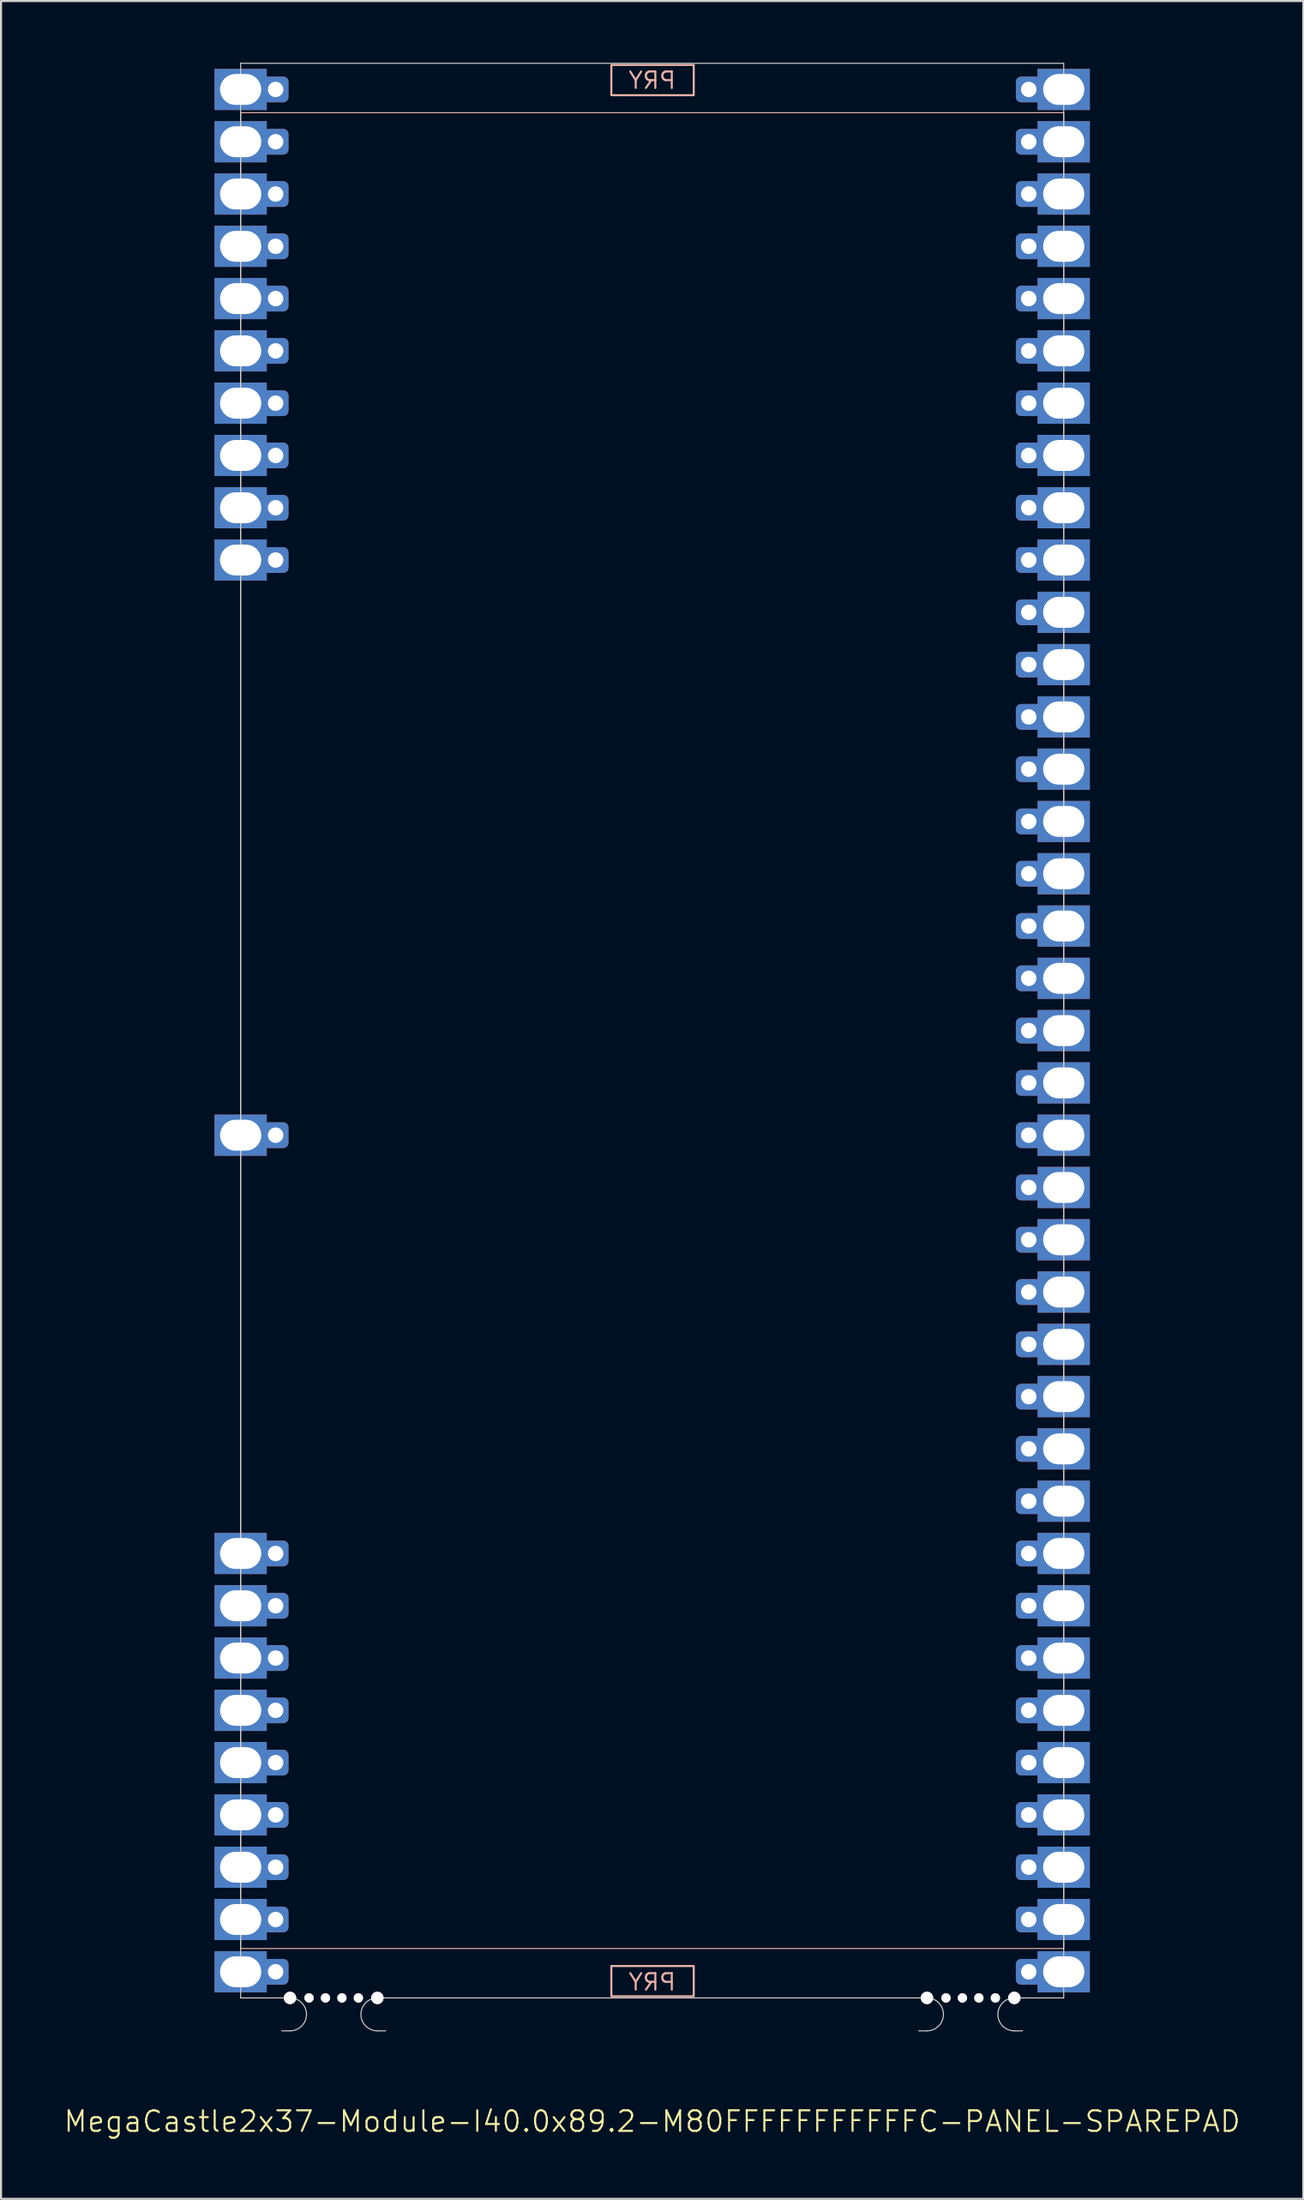
<source format=kicad_pcb>
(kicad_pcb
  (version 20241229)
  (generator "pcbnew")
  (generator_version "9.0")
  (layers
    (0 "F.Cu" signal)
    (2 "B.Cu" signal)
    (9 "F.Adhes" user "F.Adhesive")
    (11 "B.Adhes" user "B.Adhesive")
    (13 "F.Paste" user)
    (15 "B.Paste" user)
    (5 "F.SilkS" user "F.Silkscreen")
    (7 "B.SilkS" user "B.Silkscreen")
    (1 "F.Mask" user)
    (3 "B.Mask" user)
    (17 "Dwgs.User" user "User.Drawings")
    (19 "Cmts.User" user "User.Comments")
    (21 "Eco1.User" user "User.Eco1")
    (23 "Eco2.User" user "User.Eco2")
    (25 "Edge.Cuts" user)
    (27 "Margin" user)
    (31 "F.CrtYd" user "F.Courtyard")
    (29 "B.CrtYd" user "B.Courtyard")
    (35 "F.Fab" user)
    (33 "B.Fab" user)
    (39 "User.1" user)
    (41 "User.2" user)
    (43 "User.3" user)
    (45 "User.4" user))
  (footprint "MegaCastle2x37-Module-I40.0x89.2-M80FFFFFFFFFFFC-PANEL-SPAREPAD"
    (layer "F.Cu")
    (at 28.645 47.015)
    (property "Reference" "MegaCastle2x37-Module-I40.0x89.2-M80FFFFFFFFFFFC-PANEL-SPAREPAD" (at 0 52.99 0) (unlocked yes) (layer "F.SilkS") (effects (font (size 1 1) (thickness 0.1))))
    (attr smd)
    (fp_rect (start -20 44.59) (end 20 -44.59) (stroke (width 0.05) (type default)) (fill no) (layer "B.SilkS"))
    (fp_rect (start -1.984 -45.441) (end 2.02 -46.91) (stroke (width 0.1) (type default)) (fill no) (layer "B.SilkS"))
    (fp_rect (start -1.984 45.441) (end 2.02 46.91) (stroke (width 0.1) (type default)) (fill no) (layer "B.SilkS"))
    (fp_line (start -20 -46.99) (end -20 46.99) (stroke (width 0.05) (type default)) (layer "Edge.Cuts"))
    (fp_line (start -20 -46.99) (end 20 -46.99) (stroke (width 0.05) (type default)) (layer "Edge.Cuts"))
    (fp_line (start -20 46.99) (end -18 46.99) (stroke (width 0.05) (type default)) (layer "Edge.Cuts"))
    (fp_line (start -18 46.99) (end -17.6 46.99) (stroke (width 0.05) (type default)) (layer "Edge.Cuts"))
    (fp_line (start -18 48.59) (end -17.6 48.59) (stroke (width 0.05) (type default)) (layer "Edge.Cuts"))
    (fp_line (start -12.955 46.99) (end -13.355 46.99) (stroke (width 0.05) (type default)) (layer "Edge.Cuts"))
    (fp_line (start -12.955 46.99) (end 12.955 46.99) (stroke (width 0.05) (type default)) (layer "Edge.Cuts"))
    (fp_line (start -12.955 48.59) (end -13.355 48.59) (stroke (width 0.05) (type default)) (layer "Edge.Cuts"))
    (fp_line (start 12.955 46.99) (end 13.355 46.99) (stroke (width 0.05) (type default)) (layer "Edge.Cuts"))
    (fp_line (start 12.955 48.59) (end 13.355 48.59) (stroke (width 0.05) (type default)) (layer "Edge.Cuts"))
    (fp_line (start 18 46.99) (end 17.6 46.99) (stroke (width 0.05) (type default)) (layer "Edge.Cuts"))
    (fp_line (start 18 46.99) (end 20 46.99) (stroke (width 0.05) (type default)) (layer "Edge.Cuts"))
    (fp_line (start 18 48.59) (end 17.6 48.59) (stroke (width 0.05) (type default)) (layer "Edge.Cuts"))
    (fp_line (start 20 -46.99) (end 20 46.99) (stroke (width 0.05) (type default)) (layer "Edge.Cuts"))
    (fp_arc (start -17.6 46.990002) (mid -16.799999 47.790001) (end -17.6 48.59) (stroke (width 0.05) (type default)) (layer "Edge.Cuts"))
    (fp_arc (start -13.355 48.59) (mid -14.155 47.790001) (end -13.355 46.990002) (stroke (width 0.05) (type default)) (layer "Edge.Cuts"))
    (fp_arc (start 13.355001 46.990002) (mid 14.155002 47.790001) (end 13.355001 48.59) (stroke (width 0.05) (type default)) (layer "Edge.Cuts"))
    (fp_arc (start 17.600002 48.59) (mid 16.8 47.79) (end 17.600002 46.990002) (stroke (width 0.05) (type default)) (layer "Edge.Cuts"))
    (fp_text user "PRY" (at 0 46.69 0) (unlocked yes) (layer "B.SilkS") (effects (font (size 0.8 0.8) (thickness 0.1)) (justify bottom mirror)))
    (fp_text user "PRY" (at 0 -45.69 0) (unlocked yes) (layer "B.SilkS") (effects (font (size 0.8 0.8) (thickness 0.1)) (justify bottom mirror)))
    (pad "" np_thru_hole circle (at -17.6 46.99) (size 0.6 0.6) (drill 0.6) (layers "*.Cu" "Edge.Cuts"))
    (pad "" np_thru_hole circle (at -16.677 46.99) (size 0.45 0.45) (drill 0.45) (layers "*.Cu" "Edge.Cuts"))
    (pad "" np_thru_hole circle (at -15.878 46.99) (size 0.45 0.45) (drill 0.45) (layers "*.Cu" "Edge.Cuts"))
    (pad "" np_thru_hole circle (at -15.078 46.99) (size 0.45 0.45) (drill 0.45) (layers "*.Cu" "Edge.Cuts"))
    (pad "" np_thru_hole circle (at -14.277 46.99) (size 0.45 0.45) (drill 0.45) (layers "*.Cu" "Edge.Cuts"))
    (pad "" np_thru_hole circle (at -13.355 46.99) (size 0.6 0.6) (drill 0.6) (layers "*.Cu" "Edge.Cuts"))
    (pad "" np_thru_hole circle (at 13.355 46.99) (size 0.6 0.6) (drill 0.6) (layers "*.Cu" "Edge.Cuts"))
    (pad "" np_thru_hole circle (at 14.278 46.99) (size 0.45 0.45) (drill 0.45) (layers "*.Cu" "Edge.Cuts"))
    (pad "" np_thru_hole circle (at 15.078 46.99) (size 0.45 0.45) (drill 0.45) (layers "*.Cu" "Edge.Cuts"))
    (pad "" np_thru_hole circle (at 15.878 46.99) (size 0.45 0.45) (drill 0.45) (layers "*.Cu" "Edge.Cuts"))
    (pad "" np_thru_hole circle (at 16.678 46.99) (size 0.45 0.45) (drill 0.45) (layers "*.Cu" "Edge.Cuts"))
    (pad "" np_thru_hole circle (at 17.6 46.99) (size 0.6 0.6) (drill 0.6) (layers "*.Cu" "Edge.Cuts"))
    (pad "1" thru_hole rect (at -20 -45.72) (size 2.54 2) (drill oval 2 1.5) (property pad_prop_castellated) (layers "*.Cu" "*.Mask"))
    (pad "1" thru_hole roundrect (at -18.3 -45.72 180) (size 1.25 1.25) (drill 0.75) (layers "*.Cu" "*.Mask") (roundrect_rratio 0.2))
    (pad "2" thru_hole rect (at -20 -43.18) (size 2.54 2) (drill oval 2 1.5) (property pad_prop_castellated) (layers "*.Cu" "*.Mask"))
    (pad "2" thru_hole roundrect (at -18.3 -43.18 180) (size 1.25 1.25) (drill 0.75) (layers "*.Cu" "*.Mask") (roundrect_rratio 0.2))
    (pad "3" thru_hole rect (at -20 -40.64) (size 2.54 2) (drill oval 2 1.5) (property pad_prop_castellated) (layers "*.Cu" "*.Mask"))
    (pad "3" thru_hole roundrect (at -18.3 -40.64 180) (size 1.25 1.25) (drill 0.75) (layers "*.Cu" "*.Mask") (roundrect_rratio 0.2))
    (pad "4" thru_hole rect (at -20 -38.1) (size 2.54 2) (drill oval 2 1.5) (property pad_prop_castellated) (layers "*.Cu" "*.Mask"))
    (pad "4" thru_hole roundrect (at -18.3 -38.1 180) (size 1.25 1.25) (drill 0.75) (layers "*.Cu" "*.Mask") (roundrect_rratio 0.2))
    (pad "5" thru_hole rect (at -20 -35.56) (size 2.54 2) (drill oval 2 1.5) (property pad_prop_castellated) (layers "*.Cu" "*.Mask"))
    (pad "5" thru_hole roundrect (at -18.3 -35.56 180) (size 1.25 1.25) (drill 0.75) (layers "*.Cu" "*.Mask") (roundrect_rratio 0.2))
    (pad "6" thru_hole rect (at -20 -33.02) (size 2.54 2) (drill oval 2 1.5) (property pad_prop_castellated) (layers "*.Cu" "*.Mask"))
    (pad "6" thru_hole roundrect (at -18.3 -33.02 180) (size 1.25 1.25) (drill 0.75) (layers "*.Cu" "*.Mask") (roundrect_rratio 0.2))
    (pad "7" thru_hole rect (at -20 -30.48) (size 2.54 2) (drill oval 2 1.5) (property pad_prop_castellated) (layers "*.Cu" "*.Mask"))
    (pad "7" thru_hole roundrect (at -18.3 -30.48 180) (size 1.25 1.25) (drill 0.75) (layers "*.Cu" "*.Mask") (roundrect_rratio 0.2))
    (pad "8" thru_hole rect (at -20 -27.94) (size 2.54 2) (drill oval 2 1.5) (property pad_prop_castellated) (layers "*.Cu" "*.Mask"))
    (pad "8" thru_hole roundrect (at -18.3 -27.94 180) (size 1.25 1.25) (drill 0.75) (layers "*.Cu" "*.Mask") (roundrect_rratio 0.2))
    (pad "9" thru_hole rect (at -20 -25.4) (size 2.54 2) (drill oval 2 1.5) (property pad_prop_castellated) (layers "*.Cu" "*.Mask"))
    (pad "9" thru_hole roundrect (at -18.3 -25.4 180) (size 1.25 1.25) (drill 0.75) (layers "*.Cu" "*.Mask") (roundrect_rratio 0.2))
    (pad "10" thru_hole rect (at -20 -22.86) (size 2.54 2) (drill oval 2 1.5) (property pad_prop_castellated) (layers "*.Cu" "*.Mask"))
    (pad "10" thru_hole roundrect (at -18.3 -22.86 180) (size 1.25 1.25) (drill 0.75) (layers "*.Cu" "*.Mask") (roundrect_rratio 0.2))
    (pad "21" thru_hole rect (at -20 5.08) (size 2.54 2) (drill oval 2 1.5) (property pad_prop_castellated) (layers "*.Cu" "*.Mask"))
    (pad "21" thru_hole roundrect (at -18.3 5.08 180) (size 1.25 1.25) (drill 0.75) (layers "*.Cu" "*.Mask") (roundrect_rratio 0.2))
    (pad "29" thru_hole rect (at -20 25.4) (size 2.54 2) (drill oval 2 1.5) (property pad_prop_castellated) (layers "*.Cu" "*.Mask"))
    (pad "29" thru_hole roundrect (at -18.3 25.4 180) (size 1.25 1.25) (drill 0.75) (layers "*.Cu" "*.Mask") (roundrect_rratio 0.2))
    (pad "30" thru_hole rect (at -20 27.94) (size 2.54 2) (drill oval 2 1.5) (property pad_prop_castellated) (layers "*.Cu" "*.Mask"))
    (pad "30" thru_hole roundrect (at -18.3 27.94 180) (size 1.25 1.25) (drill 0.75) (layers "*.Cu" "*.Mask") (roundrect_rratio 0.2))
    (pad "31" thru_hole rect (at -20 30.48) (size 2.54 2) (drill oval 2 1.5) (property pad_prop_castellated) (layers "*.Cu" "*.Mask"))
    (pad "31" thru_hole roundrect (at -18.3 30.48 180) (size 1.25 1.25) (drill 0.75) (layers "*.Cu" "*.Mask") (roundrect_rratio 0.2))
    (pad "32" thru_hole rect (at -20 33.02) (size 2.54 2) (drill oval 2 1.5) (property pad_prop_castellated) (layers "*.Cu" "*.Mask"))
    (pad "32" thru_hole roundrect (at -18.3 33.02 180) (size 1.25 1.25) (drill 0.75) (layers "*.Cu" "*.Mask") (roundrect_rratio 0.2))
    (pad "33" thru_hole rect (at -20 35.56) (size 2.54 2) (drill oval 2 1.5) (property pad_prop_castellated) (layers "*.Cu" "*.Mask"))
    (pad "33" thru_hole roundrect (at -18.3 35.56 180) (size 1.25 1.25) (drill 0.75) (layers "*.Cu" "*.Mask") (roundrect_rratio 0.2))
    (pad "34" thru_hole rect (at -20 38.1) (size 2.54 2) (drill oval 2 1.5) (property pad_prop_castellated) (layers "*.Cu" "*.Mask"))
    (pad "34" thru_hole roundrect (at -18.3 38.1 180) (size 1.25 1.25) (drill 0.75) (layers "*.Cu" "*.Mask") (roundrect_rratio 0.2))
    (pad "35" thru_hole rect (at -20 40.64) (size 2.54 2) (drill oval 2 1.5) (property pad_prop_castellated) (layers "*.Cu" "*.Mask"))
    (pad "35" thru_hole roundrect (at -18.3 40.64 180) (size 1.25 1.25) (drill 0.75) (layers "*.Cu" "*.Mask") (roundrect_rratio 0.2))
    (pad "36" thru_hole rect (at -20 43.18) (size 2.54 2) (drill oval 2 1.5) (property pad_prop_castellated) (layers "*.Cu" "*.Mask"))
    (pad "36" thru_hole roundrect (at -18.3 43.18 180) (size 1.25 1.25) (drill 0.75) (layers "*.Cu" "*.Mask") (roundrect_rratio 0.2))
    (pad "37" thru_hole rect (at -20 45.72) (size 2.54 2) (drill oval 2 1.5) (property pad_prop_castellated) (layers "*.Cu" "*.Mask"))
    (pad "37" thru_hole roundrect (at -18.3 45.72 180) (size 1.25 1.25) (drill 0.75) (layers "*.Cu" "*.Mask") (roundrect_rratio 0.2))
    (pad "38" thru_hole roundrect (at 18.3 -45.72 180) (size 1.25 1.25) (drill 0.75) (layers "*.Cu" "*.Mask") (roundrect_rratio 0.2))
    (pad "38" thru_hole rect (at 20 -45.72) (size 2.54 2) (drill oval 2 1.5) (property pad_prop_castellated) (layers "*.Cu" "*.Mask"))
    (pad "39" thru_hole roundrect (at 18.3 -43.18 180) (size 1.25 1.25) (drill 0.75) (layers "*.Cu" "*.Mask") (roundrect_rratio 0.2))
    (pad "39" thru_hole rect (at 20 -43.18) (size 2.54 2) (drill oval 2 1.5) (property pad_prop_castellated) (layers "*.Cu" "*.Mask"))
    (pad "40" thru_hole roundrect (at 18.3 -40.64 180) (size 1.25 1.25) (drill 0.75) (layers "*.Cu" "*.Mask") (roundrect_rratio 0.2))
    (pad "40" thru_hole rect (at 20 -40.64) (size 2.54 2) (drill oval 2 1.5) (property pad_prop_castellated) (layers "*.Cu" "*.Mask"))
    (pad "41" thru_hole roundrect (at 18.3 -38.1 180) (size 1.25 1.25) (drill 0.75) (layers "*.Cu" "*.Mask") (roundrect_rratio 0.2))
    (pad "41" thru_hole rect (at 20 -38.1) (size 2.54 2) (drill oval 2 1.5) (property pad_prop_castellated) (layers "*.Cu" "*.Mask"))
    (pad "42" thru_hole roundrect (at 18.3 -35.56 180) (size 1.25 1.25) (drill 0.75) (layers "*.Cu" "*.Mask") (roundrect_rratio 0.2))
    (pad "42" thru_hole rect (at 20 -35.56) (size 2.54 2) (drill oval 2 1.5) (property pad_prop_castellated) (layers "*.Cu" "*.Mask"))
    (pad "43" thru_hole roundrect (at 18.3 -33.02 180) (size 1.25 1.25) (drill 0.75) (layers "*.Cu" "*.Mask") (roundrect_rratio 0.2))
    (pad "43" thru_hole rect (at 20 -33.02) (size 2.54 2) (drill oval 2 1.5) (property pad_prop_castellated) (layers "*.Cu" "*.Mask"))
    (pad "44" thru_hole roundrect (at 18.3 -30.48 180) (size 1.25 1.25) (drill 0.75) (layers "*.Cu" "*.Mask") (roundrect_rratio 0.2))
    (pad "44" thru_hole rect (at 20 -30.48) (size 2.54 2) (drill oval 2 1.5) (property pad_prop_castellated) (layers "*.Cu" "*.Mask"))
    (pad "45" thru_hole roundrect (at 18.3 -27.94 180) (size 1.25 1.25) (drill 0.75) (layers "*.Cu" "*.Mask") (roundrect_rratio 0.2))
    (pad "45" thru_hole rect (at 20 -27.94) (size 2.54 2) (drill oval 2 1.5) (property pad_prop_castellated) (layers "*.Cu" "*.Mask"))
    (pad "46" thru_hole roundrect (at 18.3 -25.4 180) (size 1.25 1.25) (drill 0.75) (layers "*.Cu" "*.Mask") (roundrect_rratio 0.2))
    (pad "46" thru_hole rect (at 20 -25.4) (size 2.54 2) (drill oval 2 1.5) (property pad_prop_castellated) (layers "*.Cu" "*.Mask"))
    (pad "47" thru_hole roundrect (at 18.3 -22.86 180) (size 1.25 1.25) (drill 0.75) (layers "*.Cu" "*.Mask") (roundrect_rratio 0.2))
    (pad "47" thru_hole rect (at 20 -22.86) (size 2.54 2) (drill oval 2 1.5) (property pad_prop_castellated) (layers "*.Cu" "*.Mask"))
    (pad "48" thru_hole roundrect (at 18.3 -20.32 180) (size 1.25 1.25) (drill 0.75) (layers "*.Cu" "*.Mask") (roundrect_rratio 0.2))
    (pad "48" thru_hole rect (at 20 -20.32) (size 2.54 2) (drill oval 2 1.5) (property pad_prop_castellated) (layers "*.Cu" "*.Mask"))
    (pad "49" thru_hole roundrect (at 18.3 -17.78 180) (size 1.25 1.25) (drill 0.75) (layers "*.Cu" "*.Mask") (roundrect_rratio 0.2))
    (pad "49" thru_hole rect (at 20 -17.78) (size 2.54 2) (drill oval 2 1.5) (property pad_prop_castellated) (layers "*.Cu" "*.Mask"))
    (pad "50" thru_hole roundrect (at 18.3 -15.24 180) (size 1.25 1.25) (drill 0.75) (layers "*.Cu" "*.Mask") (roundrect_rratio 0.2))
    (pad "50" thru_hole rect (at 20 -15.24) (size 2.54 2) (drill oval 2 1.5) (property pad_prop_castellated) (layers "*.Cu" "*.Mask"))
    (pad "51" thru_hole roundrect (at 18.3 -12.7 180) (size 1.25 1.25) (drill 0.75) (layers "*.Cu" "*.Mask") (roundrect_rratio 0.2))
    (pad "51" thru_hole rect (at 20 -12.7) (size 2.54 2) (drill oval 2 1.5) (property pad_prop_castellated) (layers "*.Cu" "*.Mask"))
    (pad "52" thru_hole roundrect (at 18.3 -10.16 180) (size 1.25 1.25) (drill 0.75) (layers "*.Cu" "*.Mask") (roundrect_rratio 0.2))
    (pad "52" thru_hole rect (at 20 -10.16) (size 2.54 2) (drill oval 2 1.5) (property pad_prop_castellated) (layers "*.Cu" "*.Mask"))
    (pad "53" thru_hole roundrect (at 18.3 -7.62 180) (size 1.25 1.25) (drill 0.75) (layers "*.Cu" "*.Mask") (roundrect_rratio 0.2))
    (pad "53" thru_hole rect (at 20 -7.62) (size 2.54 2) (drill oval 2 1.5) (property pad_prop_castellated) (layers "*.Cu" "*.Mask"))
    (pad "54" thru_hole roundrect (at 18.3 -5.08 180) (size 1.25 1.25) (drill 0.75) (layers "*.Cu" "*.Mask") (roundrect_rratio 0.2))
    (pad "54" thru_hole rect (at 20 -5.08) (size 2.54 2) (drill oval 2 1.5) (property pad_prop_castellated) (layers "*.Cu" "*.Mask"))
    (pad "55" thru_hole roundrect (at 18.3 -2.54 180) (size 1.25 1.25) (drill 0.75) (layers "*.Cu" "*.Mask") (roundrect_rratio 0.2))
    (pad "55" thru_hole rect (at 20 -2.54) (size 2.54 2) (drill oval 2 1.5) (property pad_prop_castellated) (layers "*.Cu" "*.Mask"))
    (pad "56" thru_hole roundrect (at 18.3 0 180) (size 1.25 1.25) (drill 0.75) (layers "*.Cu" "*.Mask") (roundrect_rratio 0.2))
    (pad "56" thru_hole rect (at 20 0) (size 2.54 2) (drill oval 2 1.5) (property pad_prop_castellated) (layers "*.Cu" "*.Mask"))
    (pad "57" thru_hole roundrect (at 18.3 2.54 180) (size 1.25 1.25) (drill 0.75) (layers "*.Cu" "*.Mask") (roundrect_rratio 0.2))
    (pad "57" thru_hole rect (at 20 2.54) (size 2.54 2) (drill oval 2 1.5) (property pad_prop_castellated) (layers "*.Cu" "*.Mask"))
    (pad "58" thru_hole roundrect (at 18.3 5.08 180) (size 1.25 1.25) (drill 0.75) (layers "*.Cu" "*.Mask") (roundrect_rratio 0.2))
    (pad "58" thru_hole rect (at 20 5.08) (size 2.54 2) (drill oval 2 1.5) (property pad_prop_castellated) (layers "*.Cu" "*.Mask"))
    (pad "59" thru_hole roundrect (at 18.3 7.62 180) (size 1.25 1.25) (drill 0.75) (layers "*.Cu" "*.Mask") (roundrect_rratio 0.2))
    (pad "59" thru_hole rect (at 20 7.62) (size 2.54 2) (drill oval 2 1.5) (property pad_prop_castellated) (layers "*.Cu" "*.Mask"))
    (pad "60" thru_hole roundrect (at 18.3 10.16 180) (size 1.25 1.25) (drill 0.75) (layers "*.Cu" "*.Mask") (roundrect_rratio 0.2))
    (pad "60" thru_hole rect (at 20 10.16) (size 2.54 2) (drill oval 2 1.5) (property pad_prop_castellated) (layers "*.Cu" "*.Mask"))
    (pad "61" thru_hole roundrect (at 18.3 12.7 180) (size 1.25 1.25) (drill 0.75) (layers "*.Cu" "*.Mask") (roundrect_rratio 0.2))
    (pad "61" thru_hole rect (at 20 12.7) (size 2.54 2) (drill oval 2 1.5) (property pad_prop_castellated) (layers "*.Cu" "*.Mask"))
    (pad "62" thru_hole roundrect (at 18.3 15.24 180) (size 1.25 1.25) (drill 0.75) (layers "*.Cu" "*.Mask") (roundrect_rratio 0.2))
    (pad "62" thru_hole rect (at 20 15.24) (size 2.54 2) (drill oval 2 1.5) (property pad_prop_castellated) (layers "*.Cu" "*.Mask"))
    (pad "63" thru_hole roundrect (at 18.3 17.78 180) (size 1.25 1.25) (drill 0.75) (layers "*.Cu" "*.Mask") (roundrect_rratio 0.2))
    (pad "63" thru_hole rect (at 20 17.78) (size 2.54 2) (drill oval 2 1.5) (property pad_prop_castellated) (layers "*.Cu" "*.Mask"))
    (pad "64" thru_hole roundrect (at 18.3 20.32 180) (size 1.25 1.25) (drill 0.75) (layers "*.Cu" "*.Mask") (roundrect_rratio 0.2))
    (pad "64" thru_hole rect (at 20 20.32) (size 2.54 2) (drill oval 2 1.5) (property pad_prop_castellated) (layers "*.Cu" "*.Mask"))
    (pad "65" thru_hole roundrect (at 18.3 22.86 180) (size 1.25 1.25) (drill 0.75) (layers "*.Cu" "*.Mask") (roundrect_rratio 0.2))
    (pad "65" thru_hole rect (at 20 22.86) (size 2.54 2) (drill oval 2 1.5) (property pad_prop_castellated) (layers "*.Cu" "*.Mask"))
    (pad "66" thru_hole roundrect (at 18.3 25.4 180) (size 1.25 1.25) (drill 0.75) (layers "*.Cu" "*.Mask") (roundrect_rratio 0.2))
    (pad "66" thru_hole rect (at 20 25.4) (size 2.54 2) (drill oval 2 1.5) (property pad_prop_castellated) (layers "*.Cu" "*.Mask"))
    (pad "67" thru_hole roundrect (at 18.3 27.94 180) (size 1.25 1.25) (drill 0.75) (layers "*.Cu" "*.Mask") (roundrect_rratio 0.2))
    (pad "67" thru_hole rect (at 20 27.94) (size 2.54 2) (drill oval 2 1.5) (property pad_prop_castellated) (layers "*.Cu" "*.Mask"))
    (pad "68" thru_hole roundrect (at 18.3 30.48 180) (size 1.25 1.25) (drill 0.75) (layers "*.Cu" "*.Mask") (roundrect_rratio 0.2))
    (pad "68" thru_hole rect (at 20 30.48) (size 2.54 2) (drill oval 2 1.5) (property pad_prop_castellated) (layers "*.Cu" "*.Mask"))
    (pad "69" thru_hole roundrect (at 18.3 33.02 180) (size 1.25 1.25) (drill 0.75) (layers "*.Cu" "*.Mask") (roundrect_rratio 0.2))
    (pad "69" thru_hole rect (at 20 33.02) (size 2.54 2) (drill oval 2 1.5) (property pad_prop_castellated) (layers "*.Cu" "*.Mask"))
    (pad "70" thru_hole roundrect (at 18.3 35.56 180) (size 1.25 1.25) (drill 0.75) (layers "*.Cu" "*.Mask") (roundrect_rratio 0.2))
    (pad "70" thru_hole rect (at 20 35.56) (size 2.54 2) (drill oval 2 1.5) (property pad_prop_castellated) (layers "*.Cu" "*.Mask"))
    (pad "71" thru_hole roundrect (at 18.3 38.1 180) (size 1.25 1.25) (drill 0.75) (layers "*.Cu" "*.Mask") (roundrect_rratio 0.2))
    (pad "71" thru_hole rect (at 20 38.1) (size 2.54 2) (drill oval 2 1.5) (property pad_prop_castellated) (layers "*.Cu" "*.Mask"))
    (pad "72" thru_hole roundrect (at 18.3 40.64 180) (size 1.25 1.25) (drill 0.75) (layers "*.Cu" "*.Mask") (roundrect_rratio 0.2))
    (pad "72" thru_hole rect (at 20 40.64) (size 2.54 2) (drill oval 2 1.5) (property pad_prop_castellated) (layers "*.Cu" "*.Mask"))
    (pad "73" thru_hole roundrect (at 18.3 43.18 180) (size 1.25 1.25) (drill 0.75) (layers "*.Cu" "*.Mask") (roundrect_rratio 0.2))
    (pad "73" thru_hole rect (at 20 43.18) (size 2.54 2) (drill oval 2 1.5) (property pad_prop_castellated) (layers "*.Cu" "*.Mask"))
    (pad "74" thru_hole roundrect (at 18.3 45.72 180) (size 1.25 1.25) (drill 0.75) (layers "*.Cu" "*.Mask") (roundrect_rratio 0.2))
    (pad "74" thru_hole rect (at 20 45.72) (size 2.54 2) (drill oval 2 1.5) (property pad_prop_castellated) (layers "*.Cu" "*.Mask"))
    (zone (net_name "") (layer "B.Cu") (hatch edge 0.5) (connect_pads) (min_thickness 0.25) (filled_areas_thickness no) (keepout (tracks allowed) (vias allowed) (pads allowed) (copperpour allowed) (footprints not_allowed)) (placement (enabled no)) (fill) (polygon (pts (xy 8.645 94.005) (xy 8.645 0.025))))
    (zone (net_name "") (layer "B.Cu") (hatch edge 0.5) (connect_pads) (min_thickness 0.25) (filled_areas_thickness no) (keepout (tracks allowed) (vias allowed) (pads allowed) (copperpour allowed) (footprints not_allowed)) (placement (enabled no)) (fill) (polygon (pts (xy 48.645 94.005) (xy 48.645 0.025))))
    (zone (net_name "") (layer "B.Cu") (hatch edge 0.5) (connect_pads) (min_thickness 0.25) (filled_areas_thickness no) (keepout (tracks allowed) (vias allowed) (pads allowed) (copperpour allowed) (footprints not_allowed)) (placement (enabled no)) (fill) (polygon (pts (xy 8.645 0.025) (xy 8.645 2.425) (xy 48.645 2.425) (xy 48.645 0.025))))
    (zone (net_name "") (layer "B.Cu") (hatch edge 0.5) (connect_pads) (min_thickness 0.25) (filled_areas_thickness no) (keepout (tracks allowed) (vias allowed) (pads allowed) (copperpour allowed) (footprints not_allowed)) (placement (enabled no)) (fill) (polygon (pts (xy 8.645 94.005) (xy 8.645 91.605) (xy 48.645 91.605) (xy 48.645 94.005))))
    (zone (net_name "") (layer "B.Cu") (name "Upper Pry Zone") (hatch edge 0.5) (connect_pads) (min_thickness 0.25) (filled_areas_thickness no) (keepout (tracks not_allowed) (vias not_allowed) (pads not_allowed) (copperpour allowed) (footprints not_allowed)) (placement (enabled no)) (fill) (polygon (pts (xy 26.661 1.574) (xy 26.661 0.105) (xy 30.665 0.105) (xy 30.665 1.574))))
    (zone (net_name "") (layer "B.Cu") (name "Upper Pry Zone") (hatch edge 0.5) (connect_pads) (min_thickness 0.25) (filled_areas_thickness no) (keepout (tracks not_allowed) (vias not_allowed) (pads not_allowed) (copperpour allowed) (footprints not_allowed)) (placement (enabled no)) (fill) (polygon (pts (xy 26.661 92.456) (xy 26.661 93.925) (xy 30.665 93.925) (xy 30.665 92.456)))))
  (gr_rect
    (start -3 -3)
    (end 60.29 103.766)
    (stroke (width 0.1) (type default))
    (fill no)
    (layer "Edge.Cuts")))
</source>
